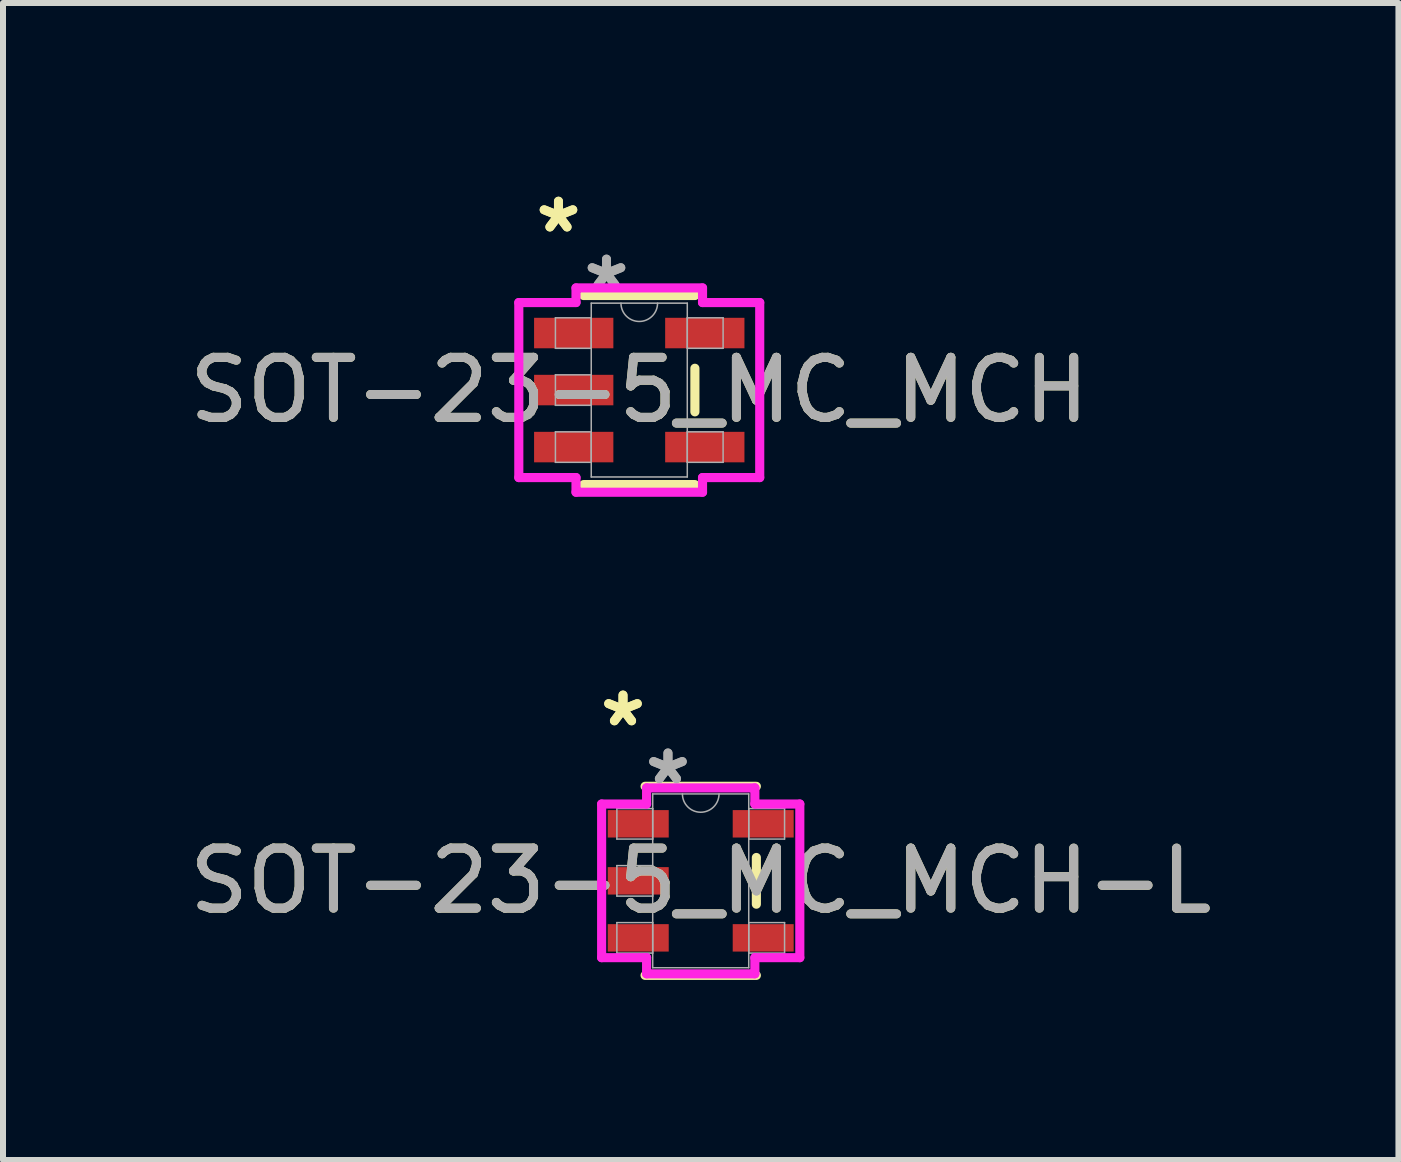
<source format=kicad_pcb>
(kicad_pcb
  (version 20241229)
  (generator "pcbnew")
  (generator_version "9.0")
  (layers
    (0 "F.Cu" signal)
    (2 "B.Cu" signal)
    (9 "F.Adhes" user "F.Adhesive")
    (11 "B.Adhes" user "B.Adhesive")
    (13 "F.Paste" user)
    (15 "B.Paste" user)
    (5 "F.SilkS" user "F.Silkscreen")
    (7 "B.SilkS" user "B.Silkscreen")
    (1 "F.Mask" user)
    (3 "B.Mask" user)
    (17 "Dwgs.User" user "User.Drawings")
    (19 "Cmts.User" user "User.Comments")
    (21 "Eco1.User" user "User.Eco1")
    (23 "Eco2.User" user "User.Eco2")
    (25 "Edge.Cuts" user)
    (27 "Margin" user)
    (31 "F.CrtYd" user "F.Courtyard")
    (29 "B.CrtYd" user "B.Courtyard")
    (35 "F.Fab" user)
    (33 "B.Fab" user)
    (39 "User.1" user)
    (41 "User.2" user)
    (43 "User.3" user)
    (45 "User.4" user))
  (footprint "SOT-23-5_MC_MCH"
    (layer "F.Cu")
    (at 7.601 3.449)
    (property "Reference" "SOT-23-5_MC_MCH" (at 0 0 0) (unlocked yes) (layer "F.SilkS") (effects (font (size 1 1) (thickness 0.15))))
    (attr smd)
    (fp_line (start -0.927 1.575) (end 0.927 1.575) (stroke (width 0.152) (type solid)) (layer "F.SilkS"))
    (fp_line (start 0.927 -1.575) (end -0.927 -1.575) (stroke (width 0.152) (type solid)) (layer "F.SilkS"))
    (fp_line (start 0.927 0.363) (end 0.927 -0.363) (stroke (width 0.152) (type solid)) (layer "F.SilkS"))
    (fp_line (start -2.007 -1.458) (end -1.054 -1.458) (stroke (width 0.152) (type solid)) (layer "F.CrtYd"))
    (fp_line (start -2.007 1.458) (end -2.007 -1.458) (stroke (width 0.152) (type solid)) (layer "F.CrtYd"))
    (fp_line (start -1.054 -1.702) (end 1.054 -1.702) (stroke (width 0.152) (type solid)) (layer "F.CrtYd"))
    (fp_line (start -1.054 -1.458) (end -1.054 -1.702) (stroke (width 0.152) (type solid)) (layer "F.CrtYd"))
    (fp_line (start -1.054 1.458) (end -2.007 1.458) (stroke (width 0.152) (type solid)) (layer "F.CrtYd"))
    (fp_line (start -1.054 1.702) (end -1.054 1.458) (stroke (width 0.152) (type solid)) (layer "F.CrtYd"))
    (fp_line (start 1.054 -1.702) (end 1.054 -1.458) (stroke (width 0.152) (type solid)) (layer "F.CrtYd"))
    (fp_line (start 1.054 -1.458) (end 2.007 -1.458) (stroke (width 0.152) (type solid)) (layer "F.CrtYd"))
    (fp_line (start 1.054 1.458) (end 1.054 1.702) (stroke (width 0.152) (type solid)) (layer "F.CrtYd"))
    (fp_line (start 1.054 1.702) (end -1.054 1.702) (stroke (width 0.152) (type solid)) (layer "F.CrtYd"))
    (fp_line (start 2.007 -1.458) (end 2.007 1.458) (stroke (width 0.152) (type solid)) (layer "F.CrtYd"))
    (fp_line (start 2.007 1.458) (end 1.054 1.458) (stroke (width 0.152) (type solid)) (layer "F.CrtYd"))
    (fp_line (start -1.397 -1.204) (end -1.397 -0.696) (stroke (width 0.025) (type solid)) (layer "F.Fab"))
    (fp_line (start -1.397 -0.696) (end -0.8 -0.696) (stroke (width 0.025) (type solid)) (layer "F.Fab"))
    (fp_line (start -1.397 -0.254) (end -1.397 0.254) (stroke (width 0.025) (type solid)) (layer "F.Fab"))
    (fp_line (start -1.397 0.254) (end -0.8 0.254) (stroke (width 0.025) (type solid)) (layer "F.Fab"))
    (fp_line (start -1.397 0.696) (end -1.397 1.204) (stroke (width 0.025) (type solid)) (layer "F.Fab"))
    (fp_line (start -1.397 1.204) (end -0.8 1.204) (stroke (width 0.025) (type solid)) (layer "F.Fab"))
    (fp_line (start -0.8 -1.448) (end -0.8 1.448) (stroke (width 0.025) (type solid)) (layer "F.Fab"))
    (fp_line (start -0.8 -1.204) (end -1.397 -1.204) (stroke (width 0.025) (type solid)) (layer "F.Fab"))
    (fp_line (start -0.8 -0.696) (end -0.8 -1.204) (stroke (width 0.025) (type solid)) (layer "F.Fab"))
    (fp_line (start -0.8 -0.254) (end -1.397 -0.254) (stroke (width 0.025) (type solid)) (layer "F.Fab"))
    (fp_line (start -0.8 0.254) (end -0.8 -0.254) (stroke (width 0.025) (type solid)) (layer "F.Fab"))
    (fp_line (start -0.8 0.696) (end -1.397 0.696) (stroke (width 0.025) (type solid)) (layer "F.Fab"))
    (fp_line (start -0.8 1.204) (end -0.8 0.696) (stroke (width 0.025) (type solid)) (layer "F.Fab"))
    (fp_line (start -0.8 1.448) (end 0.8 1.448) (stroke (width 0.025) (type solid)) (layer "F.Fab"))
    (fp_line (start 0.8 -1.448) (end -0.8 -1.448) (stroke (width 0.025) (type solid)) (layer "F.Fab"))
    (fp_line (start 0.8 -1.204) (end 0.8 -0.696) (stroke (width 0.025) (type solid)) (layer "F.Fab"))
    (fp_line (start 0.8 -0.696) (end 1.397 -0.696) (stroke (width 0.025) (type solid)) (layer "F.Fab"))
    (fp_line (start 0.8 0.696) (end 0.8 1.204) (stroke (width 0.025) (type solid)) (layer "F.Fab"))
    (fp_line (start 0.8 1.204) (end 1.397 1.204) (stroke (width 0.025) (type solid)) (layer "F.Fab"))
    (fp_line (start 0.8 1.448) (end 0.8 -1.448) (stroke (width 0.025) (type solid)) (layer "F.Fab"))
    (fp_line (start 1.397 -1.204) (end 0.8 -1.204) (stroke (width 0.025) (type solid)) (layer "F.Fab"))
    (fp_line (start 1.397 -0.696) (end 1.397 -1.204) (stroke (width 0.025) (type solid)) (layer "F.Fab"))
    (fp_line (start 1.397 0.696) (end 0.8 0.696) (stroke (width 0.025) (type solid)) (layer "F.Fab"))
    (fp_line (start 1.397 1.204) (end 1.397 0.696) (stroke (width 0.025) (type solid)) (layer "F.Fab"))
    (fp_arc (start 0.3048 -1.4478) (mid 0 -1.143) (end -0.3048 -1.4478) (stroke (width 0.0254) (type solid)) (layer "F.Fab"))
    (fp_text user "*" (at -1.346 -2.601 0) (layer "F.SilkS") (effects (font (size 1 1) (thickness 0.15))))
    (fp_text user "*" (at -1.346 -2.601 0) (unlocked yes) (layer "F.SilkS") (effects (font (size 1 1) (thickness 0.15))))
    (fp_text user "${REFERENCE}" (at 0 0 0) (unlocked yes) (layer "F.Fab") (effects (font (size 1 1) (thickness 0.15))))
    (fp_text user "*" (at -0.546 -1.636 0) (unlocked yes) (layer "F.Fab") (effects (font (size 1 1) (thickness 0.15))))
    (fp_text user "*" (at -0.546 -1.636 0) (layer "F.Fab") (effects (font (size 1 1) (thickness 0.15))))
    (pad "1" smd rect (at -1.092 -0.95) (size 1.321 0.508) (layers "F.Cu" "F.Mask" "F.Paste"))
    (pad "2" smd rect (at -1.092 0) (size 1.321 0.508) (layers "F.Cu" "F.Mask" "F.Paste"))
    (pad "3" smd rect (at -1.092 0.95) (size 1.321 0.508) (layers "F.Cu" "F.Mask" "F.Paste"))
    (pad "4" smd rect (at 1.092 0.95) (size 1.321 0.508) (layers "F.Cu" "F.Mask" "F.Paste"))
    (pad "5" smd rect (at 1.092 -0.95) (size 1.321 0.508) (layers "F.Cu" "F.Mask" "F.Paste")))
  (footprint "SOT-23-5_MC_MCH-L"
    (layer "F.Cu")
    (at 8.625 11.626)
    (property "Reference" "SOT-23-5_MC_MCH-L" (at 0 0 0) (unlocked yes) (layer "F.SilkS") (effects (font (size 1 1) (thickness 0.15))))
    (attr smd)
    (fp_line (start -0.927 1.575) (end 0.927 1.575) (stroke (width 0.152) (type solid)) (layer "F.SilkS"))
    (fp_line (start 0.927 -1.575) (end -0.927 -1.575) (stroke (width 0.152) (type solid)) (layer "F.SilkS"))
    (fp_line (start 0.927 0.389) (end 0.927 -0.389) (stroke (width 0.152) (type solid)) (layer "F.SilkS"))
    (fp_line (start -1.651 -1.28) (end -0.902 -1.28) (stroke (width 0.152) (type solid)) (layer "F.CrtYd"))
    (fp_line (start -1.651 1.28) (end -1.651 -1.28) (stroke (width 0.152) (type solid)) (layer "F.CrtYd"))
    (fp_line (start -0.902 -1.549) (end 0.902 -1.549) (stroke (width 0.152) (type solid)) (layer "F.CrtYd"))
    (fp_line (start -0.902 -1.28) (end -0.902 -1.549) (stroke (width 0.152) (type solid)) (layer "F.CrtYd"))
    (fp_line (start -0.902 1.28) (end -1.651 1.28) (stroke (width 0.152) (type solid)) (layer "F.CrtYd"))
    (fp_line (start -0.902 1.549) (end -0.902 1.28) (stroke (width 0.152) (type solid)) (layer "F.CrtYd"))
    (fp_line (start 0.902 -1.549) (end 0.902 -1.28) (stroke (width 0.152) (type solid)) (layer "F.CrtYd"))
    (fp_line (start 0.902 -1.28) (end 1.651 -1.28) (stroke (width 0.152) (type solid)) (layer "F.CrtYd"))
    (fp_line (start 0.902 1.28) (end 0.902 1.549) (stroke (width 0.152) (type solid)) (layer "F.CrtYd"))
    (fp_line (start 0.902 1.549) (end -0.902 1.549) (stroke (width 0.152) (type solid)) (layer "F.CrtYd"))
    (fp_line (start 1.651 -1.28) (end 1.651 1.28) (stroke (width 0.152) (type solid)) (layer "F.CrtYd"))
    (fp_line (start 1.651 1.28) (end 0.902 1.28) (stroke (width 0.152) (type solid)) (layer "F.CrtYd"))
    (fp_line (start -1.397 -1.204) (end -1.397 -0.696) (stroke (width 0.025) (type solid)) (layer "F.Fab"))
    (fp_line (start -1.397 -0.696) (end -0.8 -0.696) (stroke (width 0.025) (type solid)) (layer "F.Fab"))
    (fp_line (start -1.397 -0.254) (end -1.397 0.254) (stroke (width 0.025) (type solid)) (layer "F.Fab"))
    (fp_line (start -1.397 0.254) (end -0.8 0.254) (stroke (width 0.025) (type solid)) (layer "F.Fab"))
    (fp_line (start -1.397 0.696) (end -1.397 1.204) (stroke (width 0.025) (type solid)) (layer "F.Fab"))
    (fp_line (start -1.397 1.204) (end -0.8 1.204) (stroke (width 0.025) (type solid)) (layer "F.Fab"))
    (fp_line (start -0.8 -1.448) (end -0.8 1.448) (stroke (width 0.025) (type solid)) (layer "F.Fab"))
    (fp_line (start -0.8 -1.204) (end -1.397 -1.204) (stroke (width 0.025) (type solid)) (layer "F.Fab"))
    (fp_line (start -0.8 -0.696) (end -0.8 -1.204) (stroke (width 0.025) (type solid)) (layer "F.Fab"))
    (fp_line (start -0.8 -0.254) (end -1.397 -0.254) (stroke (width 0.025) (type solid)) (layer "F.Fab"))
    (fp_line (start -0.8 0.254) (end -0.8 -0.254) (stroke (width 0.025) (type solid)) (layer "F.Fab"))
    (fp_line (start -0.8 0.696) (end -1.397 0.696) (stroke (width 0.025) (type solid)) (layer "F.Fab"))
    (fp_line (start -0.8 1.204) (end -0.8 0.696) (stroke (width 0.025) (type solid)) (layer "F.Fab"))
    (fp_line (start -0.8 1.448) (end 0.8 1.448) (stroke (width 0.025) (type solid)) (layer "F.Fab"))
    (fp_line (start 0.8 -1.448) (end -0.8 -1.448) (stroke (width 0.025) (type solid)) (layer "F.Fab"))
    (fp_line (start 0.8 -1.204) (end 0.8 -0.696) (stroke (width 0.025) (type solid)) (layer "F.Fab"))
    (fp_line (start 0.8 -0.696) (end 1.397 -0.696) (stroke (width 0.025) (type solid)) (layer "F.Fab"))
    (fp_line (start 0.8 0.696) (end 0.8 1.204) (stroke (width 0.025) (type solid)) (layer "F.Fab"))
    (fp_line (start 0.8 1.204) (end 1.397 1.204) (stroke (width 0.025) (type solid)) (layer "F.Fab"))
    (fp_line (start 0.8 1.448) (end 0.8 -1.448) (stroke (width 0.025) (type solid)) (layer "F.Fab"))
    (fp_line (start 1.397 -1.204) (end 0.8 -1.204) (stroke (width 0.025) (type solid)) (layer "F.Fab"))
    (fp_line (start 1.397 -0.696) (end 1.397 -1.204) (stroke (width 0.025) (type solid)) (layer "F.Fab"))
    (fp_line (start 1.397 0.696) (end 0.8 0.696) (stroke (width 0.025) (type solid)) (layer "F.Fab"))
    (fp_line (start 1.397 1.204) (end 1.397 0.696) (stroke (width 0.025) (type solid)) (layer "F.Fab"))
    (fp_arc (start 0.3048 -1.4478) (mid 0 -1.143) (end -0.3048 -1.4478) (stroke (width 0.0254) (type solid)) (layer "F.Fab"))
    (fp_text user "*" (at -1.295 -2.55 0) (unlocked yes) (layer "F.SilkS") (effects (font (size 1 1) (thickness 0.15))))
    (fp_text user "*" (at -1.295 -2.55 0) (layer "F.SilkS") (effects (font (size 1 1) (thickness 0.15))))
    (fp_text user "${REFERENCE}" (at 0 0 0) (unlocked yes) (layer "F.Fab") (effects (font (size 1 1) (thickness 0.15))))
    (fp_text user "*" (at -0.546 -1.585 0) (unlocked yes) (layer "F.Fab") (effects (font (size 1 1) (thickness 0.15))))
    (fp_text user "*" (at -0.546 -1.585 0) (layer "F.Fab") (effects (font (size 1 1) (thickness 0.15))))
    (pad "1" smd rect (at -1.041 -0.95) (size 1.016 0.457) (layers "F.Cu" "F.Mask" "F.Paste"))
    (pad "2" smd rect (at -1.041 0) (size 1.016 0.457) (layers "F.Cu" "F.Mask" "F.Paste"))
    (pad "3" smd rect (at -1.041 0.95) (size 1.016 0.457) (layers "F.Cu" "F.Mask" "F.Paste"))
    (pad "4" smd rect (at 1.041 0.95) (size 1.016 0.457) (layers "F.Cu" "F.Mask" "F.Paste"))
    (pad "5" smd rect (at 1.041 -0.95) (size 1.016 0.457) (layers "F.Cu" "F.Mask" "F.Paste")))
  (gr_rect
    (start -3 -3)
    (end 20.25 16.277)
    (stroke (width 0.1) (type default))
    (fill no)
    (layer "Edge.Cuts")))
</source>
